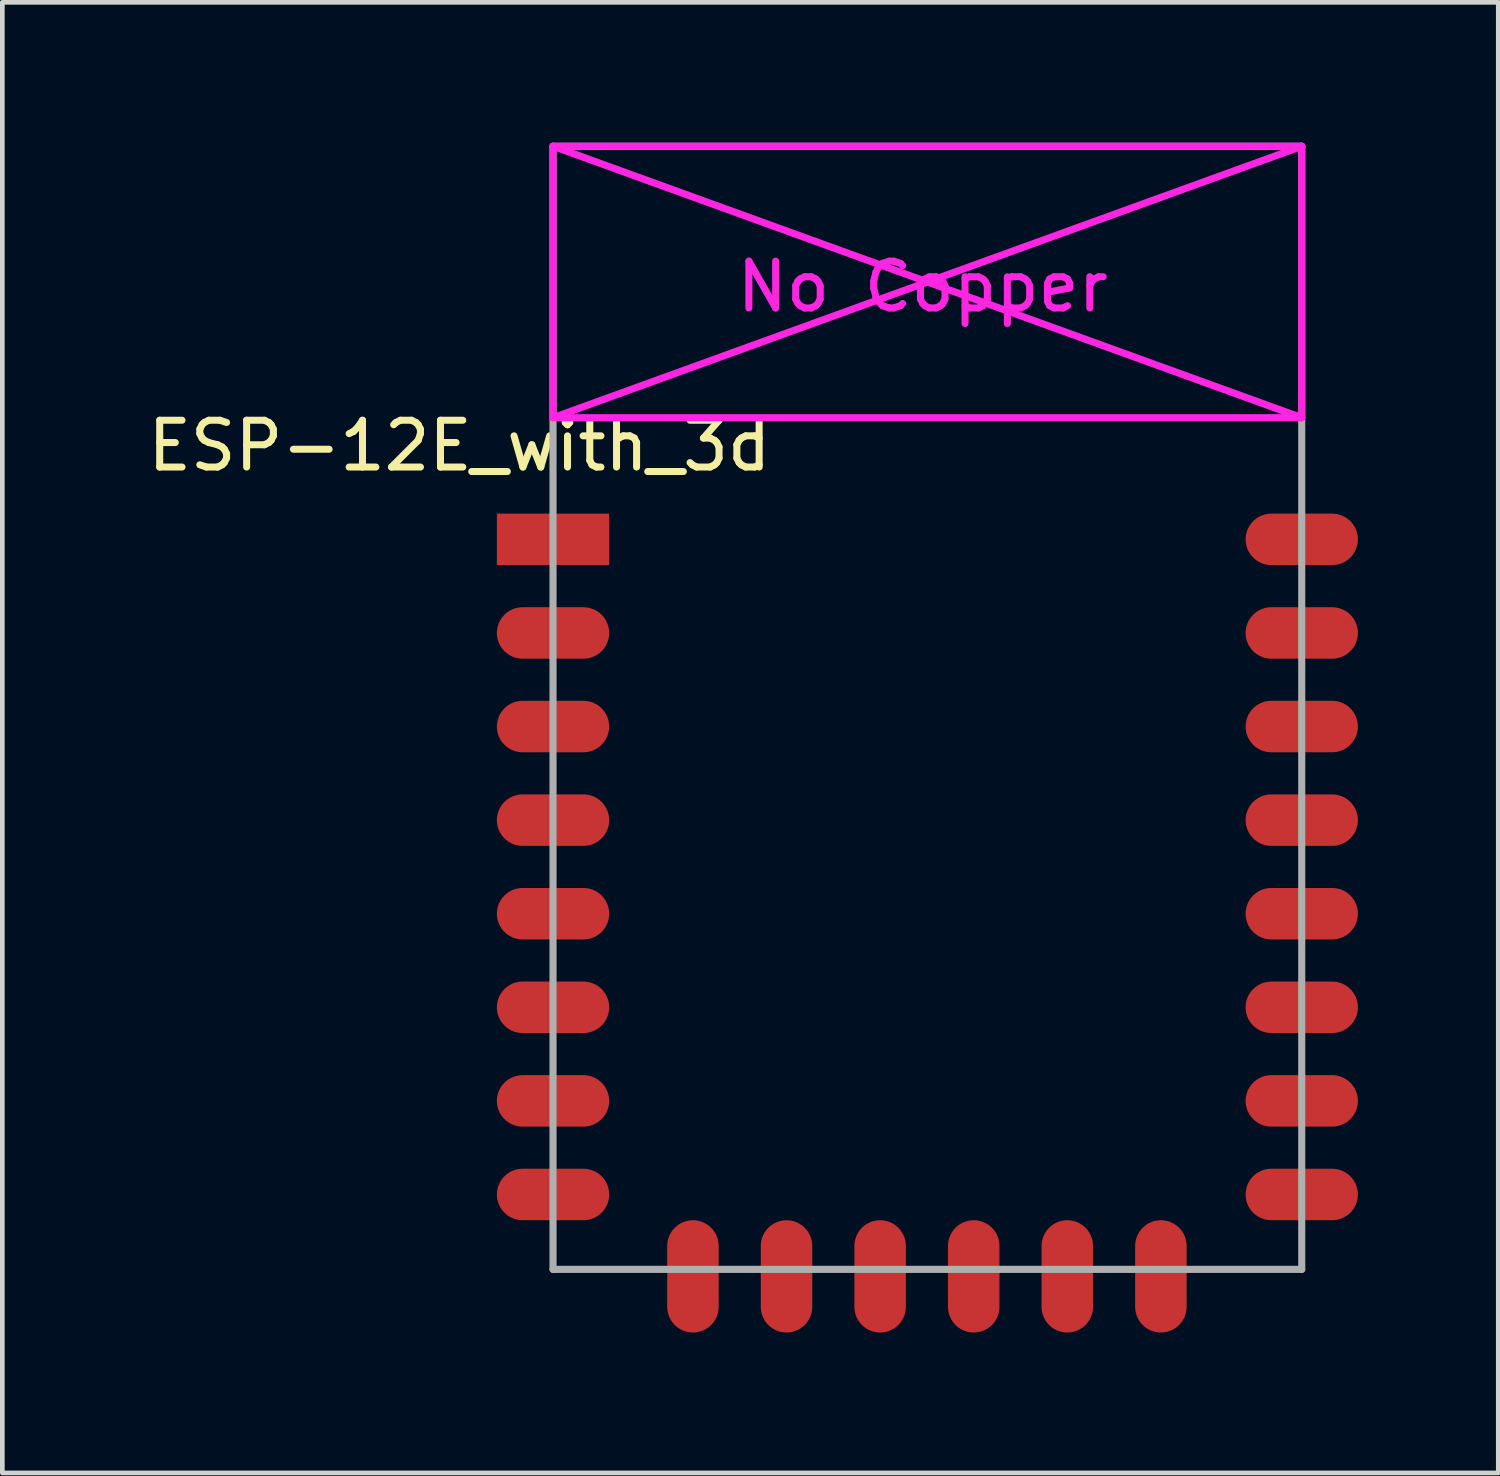
<source format=kicad_pcb>
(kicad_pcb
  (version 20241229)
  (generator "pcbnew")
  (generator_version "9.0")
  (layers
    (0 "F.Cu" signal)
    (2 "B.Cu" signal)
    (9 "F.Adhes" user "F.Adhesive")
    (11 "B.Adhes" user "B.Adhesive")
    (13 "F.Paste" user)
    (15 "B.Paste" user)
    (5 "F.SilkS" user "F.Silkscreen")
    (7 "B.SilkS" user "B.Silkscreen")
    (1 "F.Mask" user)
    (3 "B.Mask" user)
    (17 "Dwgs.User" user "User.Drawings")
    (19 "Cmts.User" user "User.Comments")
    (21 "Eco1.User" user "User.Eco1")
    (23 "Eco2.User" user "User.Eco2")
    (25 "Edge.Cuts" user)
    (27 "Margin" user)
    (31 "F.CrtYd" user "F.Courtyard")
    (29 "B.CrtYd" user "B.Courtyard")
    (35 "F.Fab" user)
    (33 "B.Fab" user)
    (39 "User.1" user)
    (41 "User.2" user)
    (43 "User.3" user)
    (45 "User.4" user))
  (footprint "ESP-12E_with_3d"
    (layer "F.Cu")
    (at 8.768 8.476)
    (property "Reference" "ESP-12E_with_3d" (at -2 -2 0) (layer "F.SilkS") (effects (font (size 1 1) (thickness 0.15))))
    (attr through_hole)
    (fp_line (start 0 -8.4) (end 0 -2.6) (stroke (width 0.152) (type solid)) (layer "F.CrtYd"))
    (fp_line (start 0 -8.4) (end 16 -2.6) (stroke (width 0.152) (type solid)) (layer "F.CrtYd"))
    (fp_line (start 0 -2.6) (end 16 -2.6) (stroke (width 0.152) (type solid)) (layer "F.CrtYd"))
    (fp_line (start 16 -8.4) (end 0 -8.4) (stroke (width 0.152) (type solid)) (layer "F.CrtYd"))
    (fp_line (start 16 -8.4) (end 0 -2.6) (stroke (width 0.152) (type solid)) (layer "F.CrtYd"))
    (fp_line (start 16 -2.6) (end 16 -8.4) (stroke (width 0.152) (type solid)) (layer "F.CrtYd"))
    (fp_line (start 0 -8.4) (end 16 -8.4) (stroke (width 0.152) (type solid)) (layer "F.Fab"))
    (fp_line (start 0 15.6) (end 0 -8.4) (stroke (width 0.152) (type solid)) (layer "F.Fab"))
    (fp_line (start 16 -8.4) (end 16 15.6) (stroke (width 0.152) (type solid)) (layer "F.Fab"))
    (fp_line (start 16 15.6) (end 0 15.6) (stroke (width 0.152) (type solid)) (layer "F.Fab"))
    (fp_text user "No Copper" (at 7.9 -5.4 0) (layer "F.CrtYd") (effects (font (size 1 1) (thickness 0.15))))
    (pad "1" smd rect (at 0 0) (size 2.4 1.1) (layers "F.Cu" "F.Mask" "F.Paste"))
    (pad "2" smd oval (at 0 2) (size 2.4 1.1) (layers "F.Cu" "F.Mask" "F.Paste"))
    (pad "3" smd oval (at 0 4) (size 2.4 1.1) (layers "F.Cu" "F.Mask" "F.Paste"))
    (pad "4" smd oval (at 0 6) (size 2.4 1.1) (layers "F.Cu" "F.Mask" "F.Paste"))
    (pad "5" smd oval (at 0 8) (size 2.4 1.1) (layers "F.Cu" "F.Mask" "F.Paste"))
    (pad "6" smd oval (at 0 10) (size 2.4 1.1) (layers "F.Cu" "F.Mask" "F.Paste"))
    (pad "7" smd oval (at 0 12) (size 2.4 1.1) (layers "F.Cu" "F.Mask" "F.Paste"))
    (pad "8" smd oval (at 0 14) (size 2.4 1.1) (layers "F.Cu" "F.Mask" "F.Paste"))
    (pad "9" smd oval (at 2.99 15.75 90) (size 2.4 1.1) (layers "F.Cu" "F.Mask" "F.Paste"))
    (pad "10" smd oval (at 4.99 15.75 90) (size 2.4 1.1) (layers "F.Cu" "F.Mask" "F.Paste"))
    (pad "11" smd oval (at 6.99 15.75 90) (size 2.4 1.1) (layers "F.Cu" "F.Mask" "F.Paste"))
    (pad "12" smd oval (at 8.99 15.75 90) (size 2.4 1.1) (layers "F.Cu" "F.Mask" "F.Paste"))
    (pad "13" smd oval (at 10.99 15.75 90) (size 2.4 1.1) (layers "F.Cu" "F.Mask" "F.Paste"))
    (pad "14" smd oval (at 12.99 15.75 90) (size 2.4 1.1) (layers "F.Cu" "F.Mask" "F.Paste"))
    (pad "15" smd oval (at 16 14) (size 2.4 1.1) (layers "F.Cu" "F.Mask" "F.Paste"))
    (pad "16" smd oval (at 16 12) (size 2.4 1.1) (layers "F.Cu" "F.Mask" "F.Paste"))
    (pad "17" smd oval (at 16 10) (size 2.4 1.1) (layers "F.Cu" "F.Mask" "F.Paste"))
    (pad "18" smd oval (at 16 8) (size 2.4 1.1) (layers "F.Cu" "F.Mask" "F.Paste"))
    (pad "19" smd oval (at 16 6) (size 2.4 1.1) (layers "F.Cu" "F.Mask" "F.Paste"))
    (pad "20" smd oval (at 16 4) (size 2.4 1.1) (layers "F.Cu" "F.Mask" "F.Paste"))
    (pad "21" smd oval (at 16 2) (size 2.4 1.1) (layers "F.Cu" "F.Mask" "F.Paste"))
    (pad "22" smd oval (at 16 0) (size 2.4 1.1) (layers "F.Cu" "F.Mask" "F.Paste")))
  (gr_rect
    (start -3 -3)
    (end 28.968 28.426)
    (stroke (width 0.1) (type default))
    (fill no)
    (layer "Edge.Cuts")))
</source>
